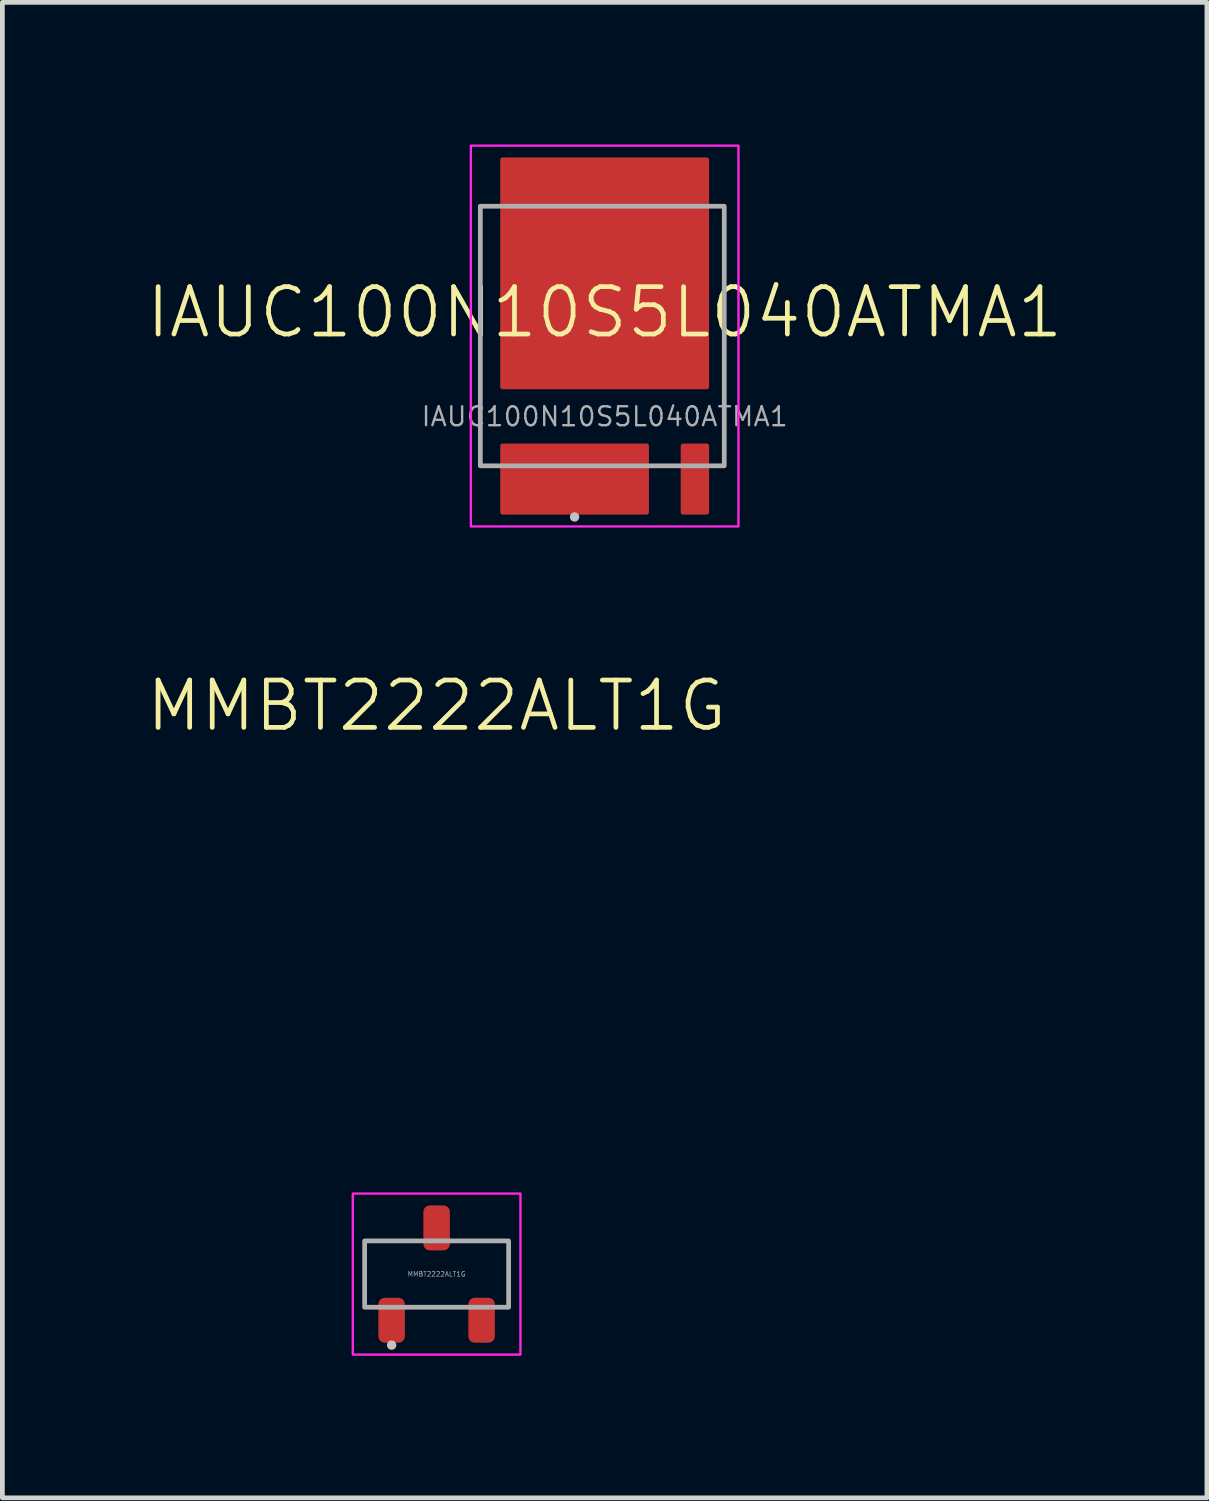
<source format=kicad_pcb>
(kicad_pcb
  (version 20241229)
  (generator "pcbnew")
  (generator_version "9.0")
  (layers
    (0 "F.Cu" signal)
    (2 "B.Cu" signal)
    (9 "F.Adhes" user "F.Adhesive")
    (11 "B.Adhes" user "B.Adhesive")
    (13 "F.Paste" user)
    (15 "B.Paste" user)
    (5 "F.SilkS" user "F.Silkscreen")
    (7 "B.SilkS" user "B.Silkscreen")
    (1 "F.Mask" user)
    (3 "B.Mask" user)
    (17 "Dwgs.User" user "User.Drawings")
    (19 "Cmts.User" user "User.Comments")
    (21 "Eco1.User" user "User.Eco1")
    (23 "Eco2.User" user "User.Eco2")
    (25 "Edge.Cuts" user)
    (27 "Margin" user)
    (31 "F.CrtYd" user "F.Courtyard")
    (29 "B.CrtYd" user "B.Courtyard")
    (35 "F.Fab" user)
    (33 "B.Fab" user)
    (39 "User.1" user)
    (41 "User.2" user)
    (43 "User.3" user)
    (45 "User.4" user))
  (footprint "IAUC100N10S5L040ATMA1"
    (layer "F.Cu")
    (at 9.717 4.045)
    (property "Reference" "IAUC100N10S5L040ATMA1" (at 0 -0.5 0) (unlocked yes) (layer "F.SilkS") (effects (font (size 1 1) (thickness 0.1))))
    (attr smd)
    (fp_circle (center -0.635 3.82) (end -0.585 3.82) (stroke (width 0.1) (type solid)) (fill no) (layer "Dwgs.User"))
    (fp_rect (start -2.825 -4.02) (end 2.825 4.02) (stroke (width 0.05) (type solid)) (fill no) (layer "F.CrtYd"))
    (fp_rect (start -2.625 -2.74) (end 2.525 2.74) (stroke (width 0.1) (type solid)) (fill no) (layer "F.Fab"))
    (fp_text user "${REFERENCE}" (at 0 1.7 0) (unlocked yes) (layer "F.Fab") (effects (font (size 0.4 0.4) (thickness 0.05))))
    (pad "D" smd roundrect (at -1.905 -3.12) (size 0.5 1.2) (layers "F.Cu" "F.Mask" "F.Paste") (roundrect_rratio 0.011))
    (pad "D" smd roundrect (at -0.85 -1.495) (size 1.5 1.5) (layers "F.Cu" "F.Mask" "F.Paste") (roundrect_rratio 0.011))
    (pad "D" smd roundrect (at -0.85 0.205) (size 1.5 1.5) (layers "F.Cu" "F.Mask" "F.Paste") (roundrect_rratio 0.011))
    (pad "D" smd roundrect (at -0.635 -3.12) (size 0.5 1.2) (layers "F.Cu" "F.Mask" "F.Paste") (roundrect_rratio 0.011))
    (pad "D" smd roundrect (at 0 -1.323) (size 4.41 4.895) (layers "F.Cu" "F.Mask") (roundrect_rratio 0.011))
    (pad "D" smd roundrect (at 0.635 -3.12) (size 0.5 1.2) (layers "F.Cu" "F.Mask" "F.Paste") (roundrect_rratio 0.011))
    (pad "D" smd roundrect (at 0.85 -1.495) (size 1.5 1.5) (layers "F.Cu" "F.Mask" "F.Paste") (roundrect_rratio 0.011))
    (pad "D" smd roundrect (at 0.85 0.205) (size 1.5 1.5) (layers "F.Cu" "F.Mask" "F.Paste") (roundrect_rratio 0.011))
    (pad "D" smd roundrect (at 1.905 -3.12) (size 0.5 1.2) (layers "F.Cu" "F.Mask" "F.Paste") (roundrect_rratio 0.011))
    (pad "G" smd roundrect (at 1.905 3.02) (size 0.6 1.5) (layers "F.Cu" "F.Mask") (roundrect_rratio 0.083))
    (pad "G" smd roundrect (at 1.905 3.12) (size 0.5 1.2) (layers "F.Cu" "F.Mask" "F.Paste") (roundrect_rratio 0.083))
    (pad "S" smd roundrect (at -1.905 3.345) (size 0.5 0.75) (layers "F.Cu" "F.Mask" "F.Paste") (roundrect_rratio 0.033))
    (pad "S" smd roundrect (at -1.73 2.545 180) (size 0.85 0.45) (layers "F.Cu" "F.Mask" "F.Paste") (roundrect_rratio 0.033))
    (pad "S" smd roundrect (at -0.635 2.545 180) (size 0.85 0.45) (layers "F.Cu" "F.Mask" "F.Paste") (roundrect_rratio 0.033))
    (pad "S" smd roundrect (at -0.635 3.02) (size 3.14 1.5) (layers "F.Cu" "F.Mask") (roundrect_rratio 0.033))
    (pad "S" smd roundrect (at -0.635 3.345) (size 0.5 0.75) (layers "F.Cu" "F.Mask" "F.Paste") (roundrect_rratio 0.033))
    (pad "S" smd roundrect (at 0.46 2.545 180) (size 0.85 0.45) (layers "F.Cu" "F.Mask" "F.Paste") (roundrect_rratio 0.033))
    (pad "S" smd roundrect (at 0.635 3.345) (size 0.5 0.75) (layers "F.Cu" "F.Mask" "F.Paste") (roundrect_rratio 0.033)))
  (footprint "MMBT2222ALT1G"
    (layer "F.Cu")
    (at 6.169 23.851)
    (property "Reference" "MMBT2222ALT1G" (at 0 -12 0) (unlocked yes) (layer "F.SilkS") (effects (font (size 1 1) (thickness 0.1))))
    (attr smd)
    (fp_circle (center -0.95 1.5) (end -0.9 1.5) (stroke (width 0.1) (type solid)) (fill no) (layer "Dwgs.User"))
    (fp_rect (start -1.77 -1.7) (end 1.77 1.7) (stroke (width 0.05) (type solid)) (fill no) (layer "F.CrtYd"))
    (fp_rect (start -1.52 -0.7) (end 1.52 0.7) (stroke (width 0.1) (type solid)) (fill no) (layer "F.Fab"))
    (fp_text user "${REFERENCE}" (at 0 0 0) (unlocked yes) (layer "F.Fab") (effects (font (size 0.1 0.1) (thickness 0.013))))
    (pad "1" smd roundrect (at -0.95 0.975 90) (size 0.95 0.56) (layers "F.Cu" "F.Mask" "F.Paste") (roundrect_rratio 0.24))
    (pad "2" smd roundrect (at 0.95 0.975 90) (size 0.95 0.56) (layers "F.Cu" "F.Mask" "F.Paste") (roundrect_rratio 0.24))
    (pad "3" smd roundrect (at 0 -0.975 90) (size 0.95 0.56) (layers "F.Cu" "F.Mask" "F.Paste") (roundrect_rratio 0.24)))
  (gr_rect
    (start -3 -3)
    (end 22.433 28.576)
    (stroke (width 0.1) (type default))
    (fill no)
    (layer "Edge.Cuts")))
</source>
